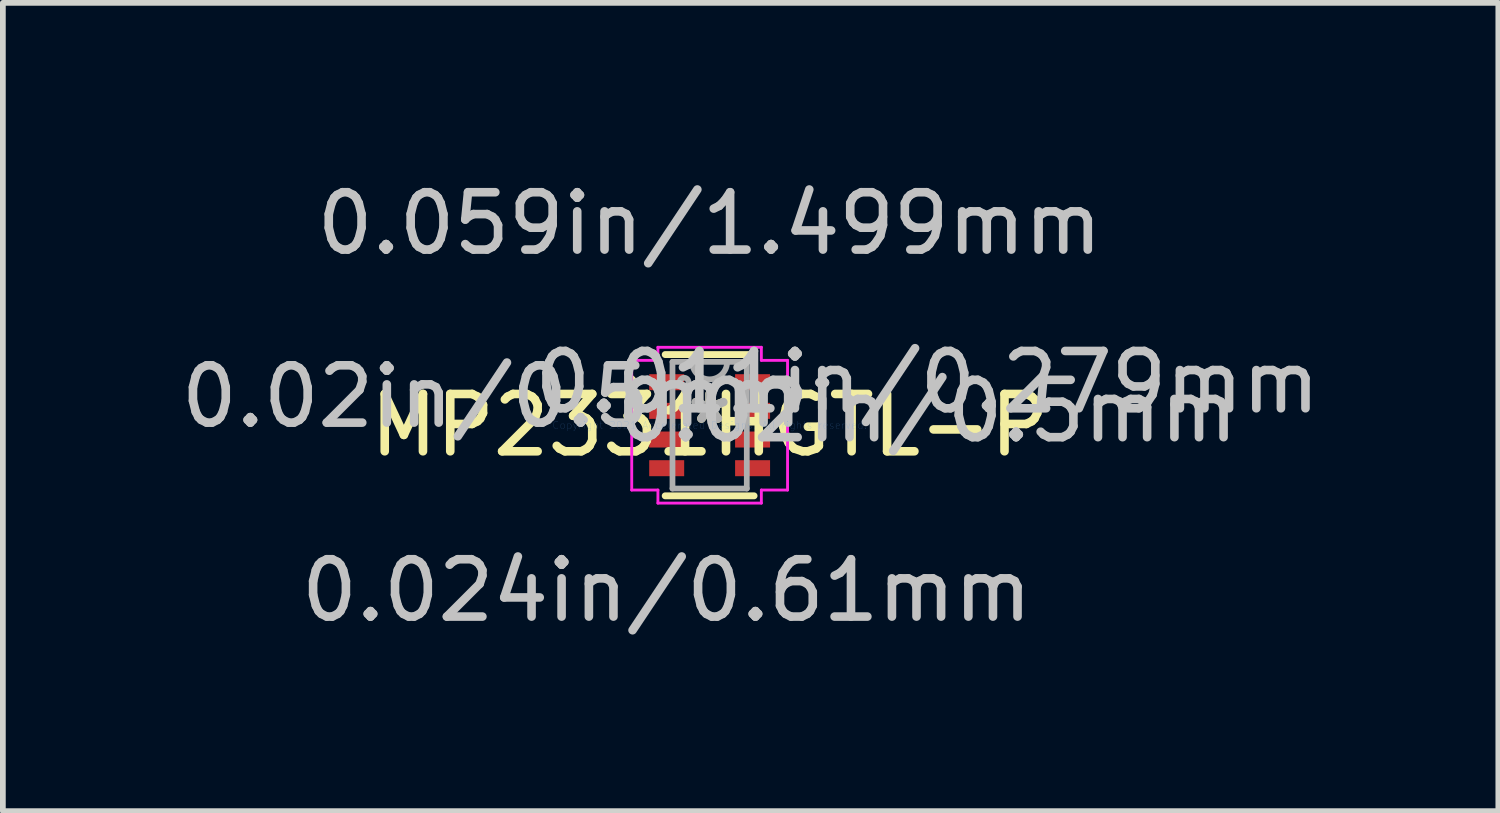
<source format=kicad_pcb>
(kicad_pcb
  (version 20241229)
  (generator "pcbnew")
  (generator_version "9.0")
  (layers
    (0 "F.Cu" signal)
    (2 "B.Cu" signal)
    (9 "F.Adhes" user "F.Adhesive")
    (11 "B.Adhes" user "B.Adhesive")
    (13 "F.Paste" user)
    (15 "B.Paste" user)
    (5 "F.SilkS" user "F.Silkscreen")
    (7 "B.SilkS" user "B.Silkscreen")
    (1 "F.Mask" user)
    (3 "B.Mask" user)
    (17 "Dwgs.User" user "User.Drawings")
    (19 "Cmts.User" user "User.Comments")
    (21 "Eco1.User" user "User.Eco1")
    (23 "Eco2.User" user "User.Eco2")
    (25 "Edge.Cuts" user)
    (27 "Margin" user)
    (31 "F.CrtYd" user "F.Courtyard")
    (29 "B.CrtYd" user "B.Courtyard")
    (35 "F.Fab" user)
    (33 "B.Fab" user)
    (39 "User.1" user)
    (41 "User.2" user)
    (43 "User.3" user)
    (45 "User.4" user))
  (footprint "MP2331HGTL-P"
    (layer "F.Cu")
    (at 9.327 4.366)
    (property "Reference" "MP2331HGTL-P" (at 0 0 0) (layer "F.SilkS") (effects (font (size 1 1) (thickness 0.15))))
    (attr through_hole)
    (fp_line (start -0.775 1.232) (end 0.775 1.232) (stroke (width 0.12) (type solid)) (layer "F.SilkS"))
    (fp_line (start 0.775 -1.232) (end -0.775 -1.232) (stroke (width 0.12) (type solid)) (layer "F.SilkS"))
    (fp_arc (start -1.4057 -0.8262) (mid -1.331871 -0.73114) (end -1.442246 -0.683136) (stroke (width 0.12) (type solid)) (layer "F.SilkS"))
    (fp_line (start -1.359 -1.131) (end -0.902 -1.131) (stroke (width 0.05) (type solid)) (layer "F.CrtYd"))
    (fp_line (start -1.359 1.131) (end -1.359 -1.131) (stroke (width 0.05) (type solid)) (layer "F.CrtYd"))
    (fp_line (start -0.902 -1.359) (end 0.902 -1.359) (stroke (width 0.05) (type solid)) (layer "F.CrtYd"))
    (fp_line (start -0.902 -1.131) (end -0.902 -1.359) (stroke (width 0.05) (type solid)) (layer "F.CrtYd"))
    (fp_line (start -0.902 1.131) (end -1.359 1.131) (stroke (width 0.05) (type solid)) (layer "F.CrtYd"))
    (fp_line (start -0.902 1.359) (end -0.902 1.131) (stroke (width 0.05) (type solid)) (layer "F.CrtYd"))
    (fp_line (start 0.902 -1.359) (end 0.902 -1.131) (stroke (width 0.05) (type solid)) (layer "F.CrtYd"))
    (fp_line (start 0.902 -1.131) (end 1.359 -1.131) (stroke (width 0.05) (type solid)) (layer "F.CrtYd"))
    (fp_line (start 0.902 1.131) (end 0.902 1.359) (stroke (width 0.05) (type solid)) (layer "F.CrtYd"))
    (fp_line (start 0.902 1.359) (end -0.902 1.359) (stroke (width 0.05) (type solid)) (layer "F.CrtYd"))
    (fp_line (start 1.359 -1.131) (end 1.359 1.131) (stroke (width 0.05) (type solid)) (layer "F.CrtYd"))
    (fp_line (start 1.359 1.131) (end 0.902 1.131) (stroke (width 0.05) (type solid)) (layer "F.CrtYd"))
    (fp_line (start -0.648 -1.105) (end -0.648 1.105) (stroke (width 0.1) (type solid)) (layer "F.Fab"))
    (fp_line (start -0.648 1.105) (end 0.648 1.105) (stroke (width 0.1) (type solid)) (layer "F.Fab"))
    (fp_line (start 0.648 -1.105) (end -0.648 -1.105) (stroke (width 0.1) (type solid)) (layer "F.Fab"))
    (fp_line (start 0.648 1.105) (end 0.648 -1.105) (stroke (width 0.1) (type solid)) (layer "F.Fab"))
    (fp_arc (start 0.3048 -1.1049) (mid 0 -0.8001) (end -0.3048 -1.1049) (stroke (width 0.1) (type solid)) (layer "F.Fab"))
    (fp_circle (center -0.445 -0.75) (end -0.368 -0.75) (stroke (width 0.1) (type solid)) (fill no) (layer "F.Fab"))
    (fp_text user "*" (at 0 0 0) (layer "F.SilkS") (effects (font (size 1 1) (thickness 0.15))))
    (fp_text user "0.02in/0.5mm" (at -3.797 -0.5 0) (layer "Dwgs.User") (effects (font (size 1 1) (thickness 0.15))))
    (fp_text user "0.02in/0.5mm" (at 3.797 -0.246 0) (layer "Dwgs.User") (effects (font (size 1 1) (thickness 0.15))))
    (fp_text user "0.011in/0.279mm" (at 3.797 -0.75 0) (layer "Dwgs.User") (effects (font (size 1 1) (thickness 0.15))))
    (fp_text user "0.024in/0.61mm" (at -0.749 2.883 0) (layer "Dwgs.User") (effects (font (size 1 1) (thickness 0.15))))
    (fp_text user "0.059in/1.499mm" (at 0 -3.518 0) (layer "Dwgs.User") (effects (font (size 1 1) (thickness 0.15))))
    (fp_text user "Copyright 2021 Accelerated Designs. All rights reserved." (at 0 0 0) (layer "Cmts.User") (effects (font (size 0.127 0.127) (thickness 0.002))))
    (fp_text user "*" (at 0 0 0) (layer "F.Fab") (effects (font (size 1 1) (thickness 0.15))))
    (pad "1" smd rect (at -0.749 -0.75) (size 0.61 0.279) (layers "F.Cu" "F.Mask" "F.Paste"))
    (pad "2" smd rect (at -0.749 -0.25) (size 0.61 0.279) (layers "F.Cu" "F.Mask" "F.Paste"))
    (pad "3" smd rect (at -0.749 0.25) (size 0.61 0.279) (layers "F.Cu" "F.Mask" "F.Paste"))
    (pad "4" smd rect (at -0.749 0.75) (size 0.61 0.279) (layers "F.Cu" "F.Mask" "F.Paste"))
    (pad "5" smd rect (at 0.749 0.75) (size 0.61 0.279) (layers "F.Cu" "F.Mask" "F.Paste"))
    (pad "6" smd rect (at 0.749 0.25) (size 0.61 0.279) (layers "F.Cu" "F.Mask" "F.Paste"))
    (pad "7" smd rect (at 0.749 -0.25) (size 0.61 0.279) (layers "F.Cu" "F.Mask" "F.Paste"))
    (pad "8" smd rect (at 0.749 -0.75) (size 0.61 0.279) (layers "F.Cu" "F.Mask" "F.Paste")))
  (gr_rect
    (start -3 -3)
    (end 23.083 11.097)
    (stroke (width 0.1) (type default))
    (fill no)
    (layer "Edge.Cuts")))
</source>
